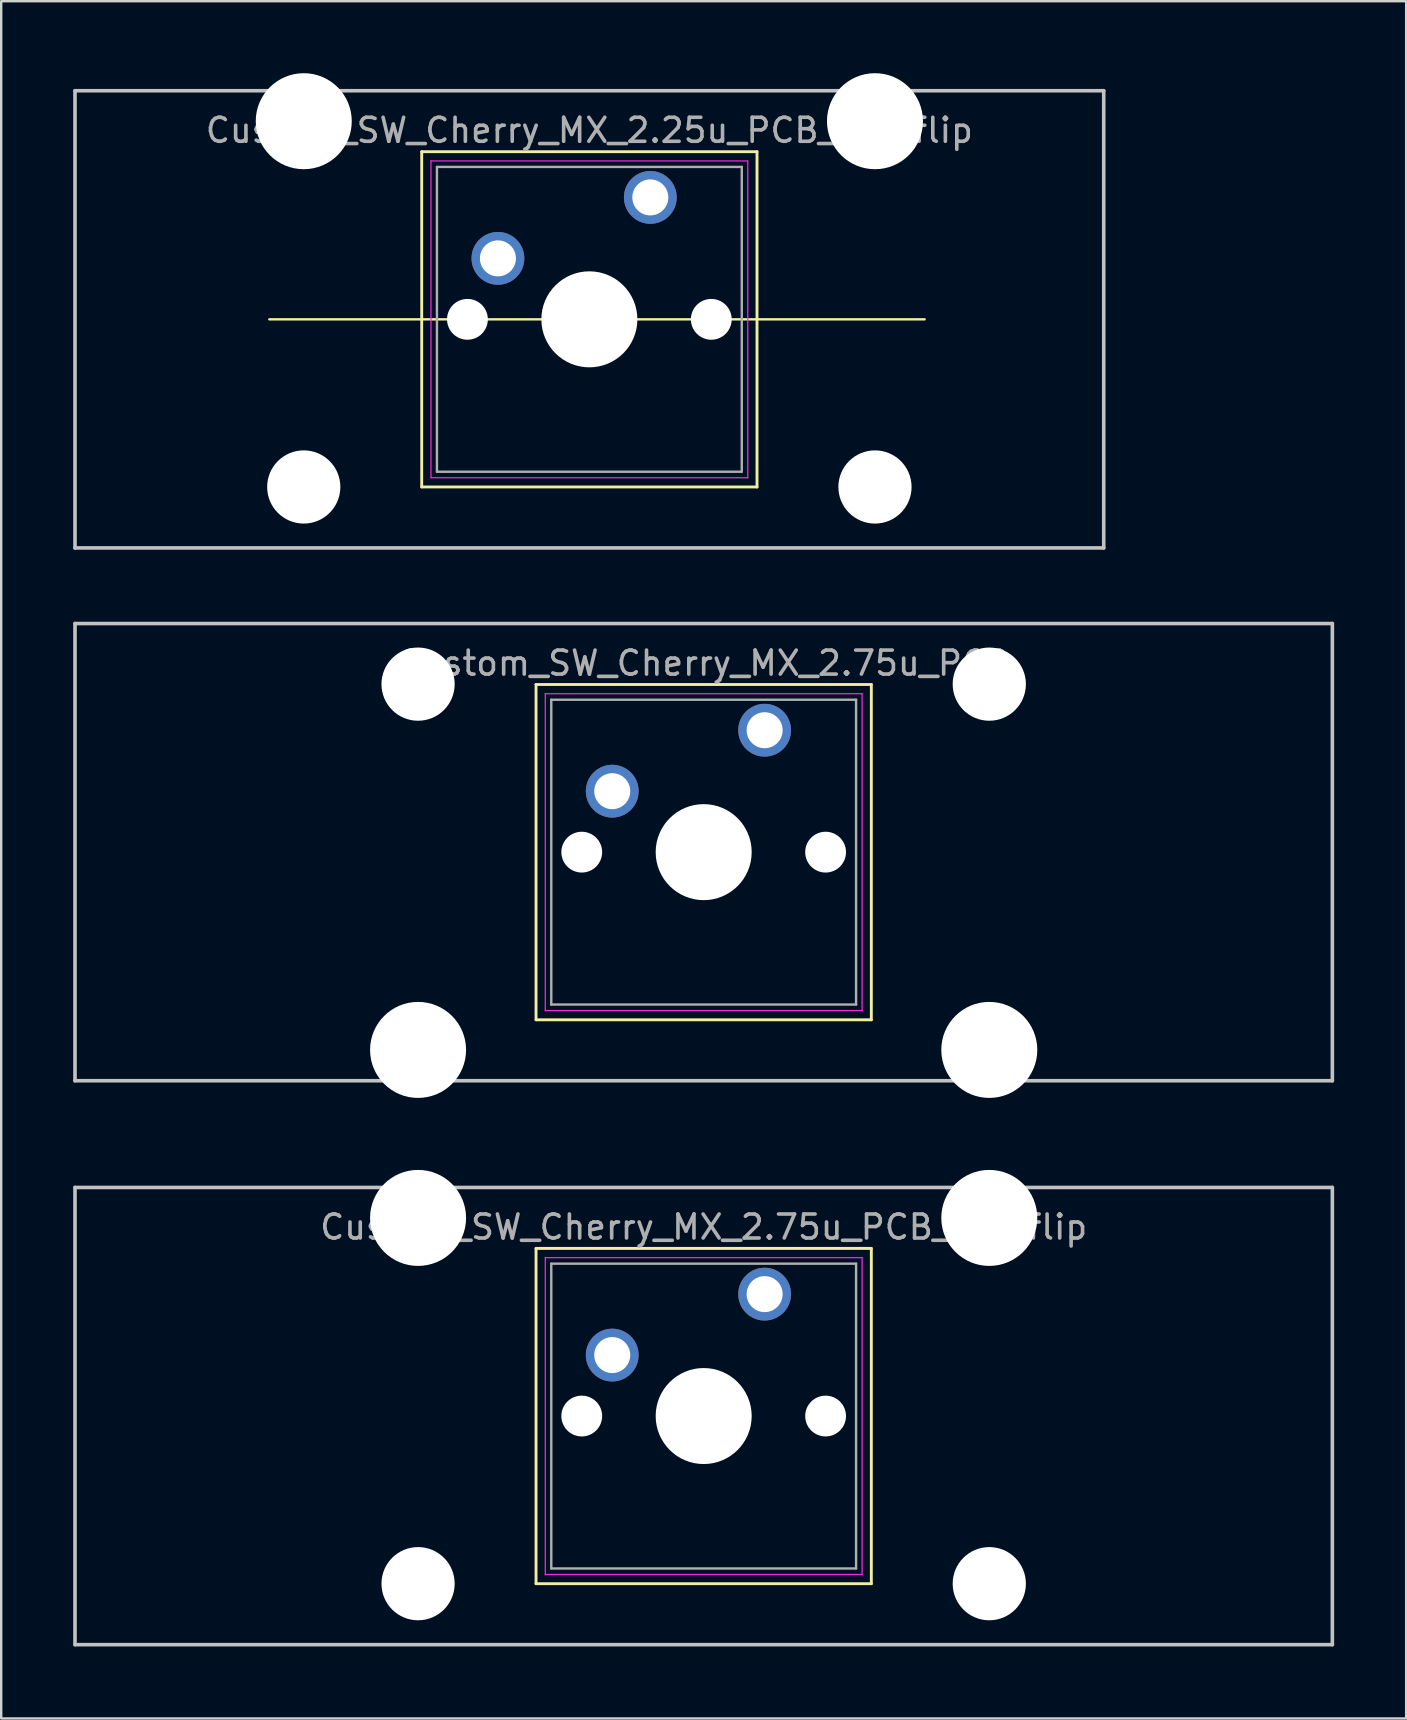
<source format=kicad_pcb>
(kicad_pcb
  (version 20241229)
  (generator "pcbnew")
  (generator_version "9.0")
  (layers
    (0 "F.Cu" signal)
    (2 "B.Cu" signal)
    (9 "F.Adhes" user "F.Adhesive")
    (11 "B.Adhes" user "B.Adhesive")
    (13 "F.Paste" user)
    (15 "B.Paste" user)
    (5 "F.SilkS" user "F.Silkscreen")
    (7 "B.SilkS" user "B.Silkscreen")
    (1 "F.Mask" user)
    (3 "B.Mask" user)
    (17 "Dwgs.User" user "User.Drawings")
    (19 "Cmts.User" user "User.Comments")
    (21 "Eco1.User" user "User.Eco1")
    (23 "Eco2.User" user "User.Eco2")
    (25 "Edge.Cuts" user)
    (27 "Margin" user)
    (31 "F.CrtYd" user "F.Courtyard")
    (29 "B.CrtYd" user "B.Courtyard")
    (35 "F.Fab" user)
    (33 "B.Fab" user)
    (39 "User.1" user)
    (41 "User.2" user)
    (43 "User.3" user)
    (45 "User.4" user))
  (footprint "Custom_SW_Cherry_MX_2.75u_PCB"
    (layer "F.Cu")
    (at 28.809 27.375)
    (property "Reference" "Custom_SW_Cherry_MX_2.75u_PCB" (at -2.54 -2.794 0) (layer "F.Fab") (effects (font (size 1 1) (thickness 0.15))))
    (attr through_hole)
    (fp_line (start -9.525 -1.905) (end 4.445 -1.905) (stroke (width 0.12) (type solid)) (layer "F.SilkS"))
    (fp_line (start -9.525 12.065) (end -9.525 -1.905) (stroke (width 0.12) (type solid)) (layer "F.SilkS"))
    (fp_line (start 4.445 -1.905) (end 4.445 12.065) (stroke (width 0.12) (type solid)) (layer "F.SilkS"))
    (fp_line (start 4.445 12.065) (end -9.525 12.065) (stroke (width 0.12) (type solid)) (layer "F.SilkS"))
    (fp_line (start -28.734 -4.445) (end 23.654 -4.445) (stroke (width 0.15) (type solid)) (layer "Dwgs.User"))
    (fp_line (start -28.734 14.605) (end -28.734 -4.445) (stroke (width 0.15) (type solid)) (layer "Dwgs.User"))
    (fp_line (start 23.654 -4.445) (end 23.654 14.605) (stroke (width 0.15) (type solid)) (layer "Dwgs.User"))
    (fp_line (start 23.654 14.605) (end -28.734 14.605) (stroke (width 0.15) (type solid)) (layer "Dwgs.User"))
    (fp_line (start -9.14 -1.52) (end 4.06 -1.52) (stroke (width 0.05) (type solid)) (layer "F.CrtYd"))
    (fp_line (start -9.14 11.68) (end -9.14 -1.52) (stroke (width 0.05) (type solid)) (layer "F.CrtYd"))
    (fp_line (start 4.06 -1.52) (end 4.06 11.68) (stroke (width 0.05) (type solid)) (layer "F.CrtYd"))
    (fp_line (start 4.06 11.68) (end -9.14 11.68) (stroke (width 0.05) (type solid)) (layer "F.CrtYd"))
    (fp_line (start -8.89 -1.27) (end 3.81 -1.27) (stroke (width 0.1) (type solid)) (layer "F.Fab"))
    (fp_line (start -8.89 11.43) (end -8.89 -1.27) (stroke (width 0.1) (type solid)) (layer "F.Fab"))
    (fp_line (start 3.81 -1.27) (end 3.81 11.43) (stroke (width 0.1) (type solid)) (layer "F.Fab"))
    (fp_line (start 3.81 11.43) (end -8.89 11.43) (stroke (width 0.1) (type solid)) (layer "F.Fab"))
    (pad "" np_thru_hole circle (at -14.44 -1.92) (size 3.05 3.05) (drill 3.05) (layers "*.Cu" "*.Mask"))
    (pad "" np_thru_hole circle (at -14.44 13.32) (size 4 4) (drill 4) (layers "*.Cu" "*.Mask"))
    (pad "" np_thru_hole circle (at -7.62 5.08) (size 1.7 1.7) (drill 1.7) (layers "*.Cu" "*.Mask"))
    (pad "" np_thru_hole circle (at -2.54 5.08) (size 4 4) (drill 4) (layers "*.Cu" "*.Mask"))
    (pad "" np_thru_hole circle (at 2.54 5.08) (size 1.7 1.7) (drill 1.7) (layers "*.Cu" "*.Mask"))
    (pad "" np_thru_hole circle (at 9.36 -1.92) (size 3.05 3.05) (drill 3.05) (layers "*.Cu" "*.Mask"))
    (pad "" np_thru_hole circle (at 9.36 13.32) (size 4 4) (drill 4) (layers "*.Cu" "*.Mask"))
    (pad "1" thru_hole circle (at 0 0) (size 2.2 2.2) (drill 1.5) (layers "*.Cu" "*.Mask"))
    (pad "2" thru_hole circle (at -6.35 2.54) (size 2.2 2.2) (drill 1.5) (layers "*.Cu" "*.Mask")))
  (footprint "Custom_SW_Cherry_MX_2.75u_PCB_stabflip"
    (layer "F.Cu")
    (at 28.809 50.87)
    (property "Reference" "Custom_SW_Cherry_MX_2.75u_PCB_stabflip" (at -2.54 -2.794 0) (layer "F.Fab") (effects (font (size 1 1) (thickness 0.15))))
    (attr through_hole)
    (fp_line (start -9.525 -1.905) (end 4.445 -1.905) (stroke (width 0.12) (type solid)) (layer "F.SilkS"))
    (fp_line (start -9.525 12.065) (end -9.525 -1.905) (stroke (width 0.12) (type solid)) (layer "F.SilkS"))
    (fp_line (start 4.445 -1.905) (end 4.445 12.065) (stroke (width 0.12) (type solid)) (layer "F.SilkS"))
    (fp_line (start 4.445 12.065) (end -9.525 12.065) (stroke (width 0.12) (type solid)) (layer "F.SilkS"))
    (fp_line (start -28.734 -4.445) (end 23.654 -4.445) (stroke (width 0.15) (type solid)) (layer "Dwgs.User"))
    (fp_line (start -28.734 14.605) (end -28.734 -4.445) (stroke (width 0.15) (type solid)) (layer "Dwgs.User"))
    (fp_line (start 23.654 -4.445) (end 23.654 14.605) (stroke (width 0.15) (type solid)) (layer "Dwgs.User"))
    (fp_line (start 23.654 14.605) (end -28.734 14.605) (stroke (width 0.15) (type solid)) (layer "Dwgs.User"))
    (fp_line (start -9.14 -1.52) (end 4.06 -1.52) (stroke (width 0.05) (type solid)) (layer "F.CrtYd"))
    (fp_line (start -9.14 11.68) (end -9.14 -1.52) (stroke (width 0.05) (type solid)) (layer "F.CrtYd"))
    (fp_line (start 4.06 -1.52) (end 4.06 11.68) (stroke (width 0.05) (type solid)) (layer "F.CrtYd"))
    (fp_line (start 4.06 11.68) (end -9.14 11.68) (stroke (width 0.05) (type solid)) (layer "F.CrtYd"))
    (fp_line (start -8.89 -1.27) (end 3.81 -1.27) (stroke (width 0.1) (type solid)) (layer "F.Fab"))
    (fp_line (start -8.89 11.43) (end -8.89 -1.27) (stroke (width 0.1) (type solid)) (layer "F.Fab"))
    (fp_line (start 3.81 -1.27) (end 3.81 11.43) (stroke (width 0.1) (type solid)) (layer "F.Fab"))
    (fp_line (start 3.81 11.43) (end -8.89 11.43) (stroke (width 0.1) (type solid)) (layer "F.Fab"))
    (pad "" np_thru_hole circle (at -14.44 -3.175) (size 4 4) (drill 4) (layers "*.Cu" "*.Mask"))
    (pad "" np_thru_hole circle (at -14.44 12.065) (size 3.05 3.05) (drill 3.05) (layers "*.Cu" "*.Mask"))
    (pad "" np_thru_hole circle (at -7.62 5.08) (size 1.7 1.7) (drill 1.7) (layers "*.Cu" "*.Mask"))
    (pad "" np_thru_hole circle (at -2.54 5.08) (size 4 4) (drill 4) (layers "*.Cu" "*.Mask"))
    (pad "" np_thru_hole circle (at 2.54 5.08) (size 1.7 1.7) (drill 1.7) (layers "*.Cu" "*.Mask"))
    (pad "" np_thru_hole circle (at 9.36 -3.175) (size 4 4) (drill 4) (layers "*.Cu" "*.Mask"))
    (pad "" np_thru_hole circle (at 9.36 12.065) (size 3.05 3.05) (drill 3.05) (layers "*.Cu" "*.Mask"))
    (pad "1" thru_hole circle (at 0 0) (size 2.2 2.2) (drill 1.5) (layers "*.Cu" "*.Mask"))
    (pad "2" thru_hole circle (at -6.35 2.54) (size 2.2 2.2) (drill 1.5) (layers "*.Cu" "*.Mask")))
  (footprint "Custom_SW_Cherry_MX_2.25u_PCB_stabflip"
    (layer "F.Cu")
    (at 24.046 5.175)
    (property "Reference" "Custom_SW_Cherry_MX_2.25u_PCB_stabflip" (at -2.54 -2.794 0) (layer "F.Fab") (effects (font (size 1 1) (thickness 0.15))))
    (attr through_hole)
    (fp_line (start -15.875 5.08) (end 11.43 5.08) (stroke (width 0.1) (type default)) (layer "F.SilkS"))
    (fp_line (start -9.525 -1.905) (end 4.445 -1.905) (stroke (width 0.12) (type solid)) (layer "F.SilkS"))
    (fp_line (start -9.525 12.065) (end -9.525 -1.905) (stroke (width 0.12) (type solid)) (layer "F.SilkS"))
    (fp_line (start 4.445 -1.905) (end 4.445 12.065) (stroke (width 0.12) (type solid)) (layer "F.SilkS"))
    (fp_line (start 4.445 12.065) (end -9.525 12.065) (stroke (width 0.12) (type solid)) (layer "F.SilkS"))
    (fp_line (start -23.971 -4.445) (end 18.891 -4.445) (stroke (width 0.15) (type solid)) (layer "Dwgs.User"))
    (fp_line (start -23.971 14.605) (end -23.971 -4.445) (stroke (width 0.15) (type solid)) (layer "Dwgs.User"))
    (fp_line (start 18.891 -4.445) (end 18.891 14.605) (stroke (width 0.15) (type solid)) (layer "Dwgs.User"))
    (fp_line (start 18.891 14.605) (end -23.971 14.605) (stroke (width 0.15) (type solid)) (layer "Dwgs.User"))
    (fp_line (start -9.14 -1.52) (end 4.06 -1.52) (stroke (width 0.05) (type solid)) (layer "F.CrtYd"))
    (fp_line (start -9.14 11.68) (end -9.14 -1.52) (stroke (width 0.05) (type solid)) (layer "F.CrtYd"))
    (fp_line (start 4.06 -1.52) (end 4.06 11.68) (stroke (width 0.05) (type solid)) (layer "F.CrtYd"))
    (fp_line (start 4.06 11.68) (end -9.14 11.68) (stroke (width 0.05) (type solid)) (layer "F.CrtYd"))
    (fp_line (start -8.89 -1.27) (end 3.81 -1.27) (stroke (width 0.1) (type solid)) (layer "F.Fab"))
    (fp_line (start -8.89 11.43) (end -8.89 -1.27) (stroke (width 0.1) (type solid)) (layer "F.Fab"))
    (fp_line (start 3.81 -1.27) (end 3.81 11.43) (stroke (width 0.1) (type solid)) (layer "F.Fab"))
    (fp_line (start 3.81 11.43) (end -8.89 11.43) (stroke (width 0.1) (type solid)) (layer "F.Fab"))
    (pad "" np_thru_hole circle (at -14.44 -3.175) (size 4 4) (drill 4) (layers "*.Cu" "*.Mask"))
    (pad "" np_thru_hole circle (at -14.44 12.065) (size 3.05 3.05) (drill 3.05) (layers "*.Cu" "*.Mask"))
    (pad "" np_thru_hole circle (at -7.62 5.08) (size 1.7 1.7) (drill 1.7) (layers "*.Cu" "*.Mask"))
    (pad "" np_thru_hole circle (at -2.54 5.08) (size 4 4) (drill 4) (layers "*.Cu" "*.Mask"))
    (pad "" np_thru_hole circle (at 2.54 5.08) (size 1.7 1.7) (drill 1.7) (layers "*.Cu" "*.Mask"))
    (pad "" np_thru_hole circle (at 9.36 -3.175) (size 4 4) (drill 4) (layers "*.Cu" "*.Mask"))
    (pad "" np_thru_hole circle (at 9.36 12.065) (size 3.05 3.05) (drill 3.05) (layers "*.Cu" "*.Mask"))
    (pad "1" thru_hole circle (at 0 0) (size 2.2 2.2) (drill 1.5) (layers "*.Cu" "*.Mask"))
    (pad "2" thru_hole circle (at -6.35 2.54) (size 2.2 2.2) (drill 1.5) (layers "*.Cu" "*.Mask")))
  (gr_rect
    (start -3 -3)
    (end 55.538 68.55)
    (stroke (width 0.1) (type default))
    (fill no)
    (layer "Edge.Cuts")))
</source>
